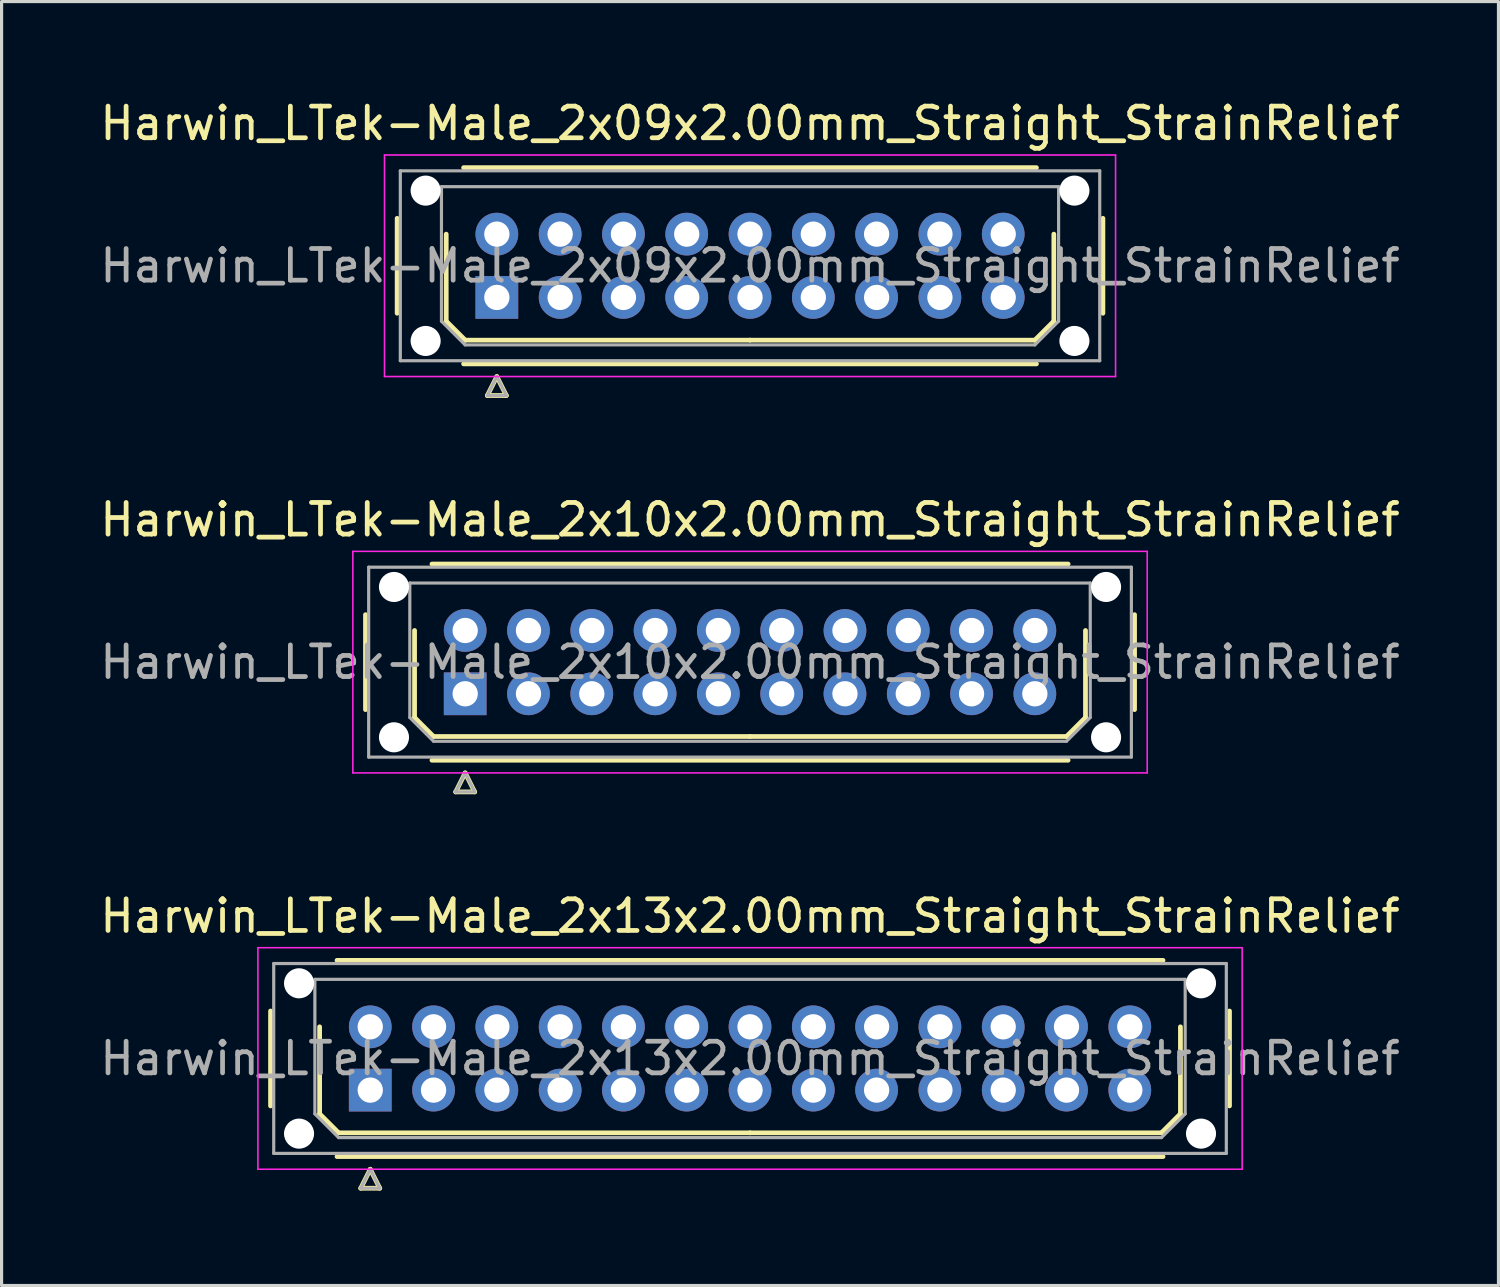
<source format=kicad_pcb>
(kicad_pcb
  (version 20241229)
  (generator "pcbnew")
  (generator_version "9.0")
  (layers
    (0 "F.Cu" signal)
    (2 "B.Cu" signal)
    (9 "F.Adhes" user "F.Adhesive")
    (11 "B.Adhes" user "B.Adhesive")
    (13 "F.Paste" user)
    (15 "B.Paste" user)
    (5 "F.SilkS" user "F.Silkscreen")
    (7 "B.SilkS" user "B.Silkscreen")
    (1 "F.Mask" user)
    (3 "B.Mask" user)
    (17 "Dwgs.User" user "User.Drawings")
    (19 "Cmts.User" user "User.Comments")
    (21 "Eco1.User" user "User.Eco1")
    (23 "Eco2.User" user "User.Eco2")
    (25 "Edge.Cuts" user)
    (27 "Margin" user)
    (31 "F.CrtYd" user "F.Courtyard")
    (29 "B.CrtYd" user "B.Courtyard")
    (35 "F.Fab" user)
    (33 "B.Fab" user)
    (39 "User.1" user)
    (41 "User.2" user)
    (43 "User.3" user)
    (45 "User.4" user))
  (footprint "Harwin_LTek-Male_2x10x2.00mm_Straight_StrainRelief"
    (layer "F.Cu")
    (at 11.649 18.872)
    (property "Reference" "Harwin_LTek-Male_2x10x2.00mm_Straight_StrainRelief" (at 9 -5.5 0) (layer "F.SilkS") (effects (font (size 1 1) (thickness 0.15))))
    (attr through_hole)
    (fp_line (start -3.15 -2.5) (end -3.15 0.5) (stroke (width 0.15) (type solid)) (layer "F.SilkS"))
    (fp_line (start -1.6 -2) (end -1.6 0.75) (stroke (width 0.15) (type solid)) (layer "F.SilkS"))
    (fp_line (start -1.6 0.75) (end -1 1.35) (stroke (width 0.15) (type solid)) (layer "F.SilkS"))
    (fp_line (start -1.05 -4.1) (end 19.05 -4.1) (stroke (width 0.15) (type solid)) (layer "F.SilkS"))
    (fp_line (start -1.05 2.1) (end 19.05 2.1) (stroke (width 0.15) (type solid)) (layer "F.SilkS"))
    (fp_line (start -1 1.35) (end 9 1.35) (stroke (width 0.15) (type solid)) (layer "F.SilkS"))
    (fp_line (start -0.3 3.1) (end 0.3 3.1) (stroke (width 0.15) (type solid)) (layer "F.SilkS"))
    (fp_line (start 0 2.5) (end -0.3 3.1) (stroke (width 0.15) (type solid)) (layer "F.SilkS"))
    (fp_line (start 0.3 3.1) (end 0 2.5) (stroke (width 0.15) (type solid)) (layer "F.SilkS"))
    (fp_line (start 19 1.35) (end 9 1.35) (stroke (width 0.15) (type solid)) (layer "F.SilkS"))
    (fp_line (start 19.6 -2) (end 19.6 0.75) (stroke (width 0.15) (type solid)) (layer "F.SilkS"))
    (fp_line (start 19.6 0.75) (end 19 1.35) (stroke (width 0.15) (type solid)) (layer "F.SilkS"))
    (fp_line (start 21.15 -2.5) (end 21.15 0.5) (stroke (width 0.15) (type solid)) (layer "F.SilkS"))
    (fp_line (start -3.55 -4.5) (end -3.55 2.5) (stroke (width 0.05) (type solid)) (layer "F.CrtYd"))
    (fp_line (start -3.55 2.5) (end 21.55 2.5) (stroke (width 0.05) (type solid)) (layer "F.CrtYd"))
    (fp_line (start 21.55 -4.5) (end -3.55 -4.5) (stroke (width 0.05) (type solid)) (layer "F.CrtYd"))
    (fp_line (start 21.55 2.5) (end 21.55 -4.5) (stroke (width 0.05) (type solid)) (layer "F.CrtYd"))
    (fp_line (start -3.05 -4) (end -3.05 2) (stroke (width 0.1) (type solid)) (layer "F.Fab"))
    (fp_line (start -3.05 2) (end 21.05 2) (stroke (width 0.1) (type solid)) (layer "F.Fab"))
    (fp_line (start -1.75 -3.5) (end 19.75 -3.5) (stroke (width 0.1) (type solid)) (layer "F.Fab"))
    (fp_line (start -1.75 0.75) (end -1.75 -3.5) (stroke (width 0.1) (type solid)) (layer "F.Fab"))
    (fp_line (start -1 1.5) (end -1.75 0.75) (stroke (width 0.1) (type solid)) (layer "F.Fab"))
    (fp_line (start -0.3 3.1) (end 0.3 3.1) (stroke (width 0.1) (type solid)) (layer "F.Fab"))
    (fp_line (start 0 2.5) (end -0.3 3.1) (stroke (width 0.1) (type solid)) (layer "F.Fab"))
    (fp_line (start 0.3 3.1) (end 0 2.5) (stroke (width 0.1) (type solid)) (layer "F.Fab"))
    (fp_line (start 19 1.5) (end -1 1.5) (stroke (width 0.1) (type solid)) (layer "F.Fab"))
    (fp_line (start 19.75 -3.5) (end 19.75 0.75) (stroke (width 0.1) (type solid)) (layer "F.Fab"))
    (fp_line (start 19.75 0.75) (end 19 1.5) (stroke (width 0.1) (type solid)) (layer "F.Fab"))
    (fp_line (start 21.05 -4) (end -3.05 -4) (stroke (width 0.1) (type solid)) (layer "F.Fab"))
    (fp_line (start 21.05 2) (end 21.05 -4) (stroke (width 0.1) (type solid)) (layer "F.Fab"))
    (fp_text user "${REFERENCE}" (at 9 -1 0) (layer "F.Fab") (effects (font (size 1 1) (thickness 0.15))))
    (pad "" np_thru_hole circle (at -2.25 -3.375) (size 0.95 0.95) (drill 0.95) (layers "*.Cu" "*.Mask"))
    (pad "" np_thru_hole circle (at -2.25 1.375) (size 0.95 0.95) (drill 0.95) (layers "*.Cu" "*.Mask"))
    (pad "" np_thru_hole circle (at 20.25 -3.375) (size 0.95 0.95) (drill 0.95) (layers "*.Cu" "*.Mask"))
    (pad "" np_thru_hole circle (at 20.25 1.375) (size 0.95 0.95) (drill 0.95) (layers "*.Cu" "*.Mask"))
    (pad "1" thru_hole rect (at 0 0) (size 1.35 1.35) (drill 0.8) (layers "*.Cu" "*.Mask"))
    (pad "2" thru_hole circle (at 2 0) (size 1.35 1.35) (drill 0.8) (layers "*.Cu" "*.Mask"))
    (pad "3" thru_hole circle (at 4 0) (size 1.35 1.35) (drill 0.8) (layers "*.Cu" "*.Mask"))
    (pad "4" thru_hole circle (at 6 0) (size 1.35 1.35) (drill 0.8) (layers "*.Cu" "*.Mask"))
    (pad "5" thru_hole circle (at 8 0) (size 1.35 1.35) (drill 0.8) (layers "*.Cu" "*.Mask"))
    (pad "6" thru_hole circle (at 10 0) (size 1.35 1.35) (drill 0.8) (layers "*.Cu" "*.Mask"))
    (pad "7" thru_hole circle (at 12 0) (size 1.35 1.35) (drill 0.8) (layers "*.Cu" "*.Mask"))
    (pad "8" thru_hole circle (at 14 0) (size 1.35 1.35) (drill 0.8) (layers "*.Cu" "*.Mask"))
    (pad "9" thru_hole circle (at 16 0) (size 1.35 1.35) (drill 0.8) (layers "*.Cu" "*.Mask"))
    (pad "10" thru_hole circle (at 18 0) (size 1.35 1.35) (drill 0.8) (layers "*.Cu" "*.Mask"))
    (pad "11" thru_hole circle (at 0 -2) (size 1.35 1.35) (drill 0.8) (layers "*.Cu" "*.Mask"))
    (pad "12" thru_hole circle (at 2 -2) (size 1.35 1.35) (drill 0.8) (layers "*.Cu" "*.Mask"))
    (pad "13" thru_hole circle (at 4 -2) (size 1.35 1.35) (drill 0.8) (layers "*.Cu" "*.Mask"))
    (pad "14" thru_hole circle (at 6 -2) (size 1.35 1.35) (drill 0.8) (layers "*.Cu" "*.Mask"))
    (pad "15" thru_hole circle (at 8 -2) (size 1.35 1.35) (drill 0.8) (layers "*.Cu" "*.Mask"))
    (pad "16" thru_hole circle (at 10 -2) (size 1.35 1.35) (drill 0.8) (layers "*.Cu" "*.Mask"))
    (pad "17" thru_hole circle (at 12 -2) (size 1.35 1.35) (drill 0.8) (layers "*.Cu" "*.Mask"))
    (pad "18" thru_hole circle (at 14 -2) (size 1.35 1.35) (drill 0.8) (layers "*.Cu" "*.Mask"))
    (pad "19" thru_hole circle (at 16 -2) (size 1.35 1.35) (drill 0.8) (layers "*.Cu" "*.Mask"))
    (pad "20" thru_hole circle (at 18 -2) (size 1.35 1.35) (drill 0.8) (layers "*.Cu" "*.Mask")))
  (footprint "Harwin_LTek-Male_2x09x2.00mm_Straight_StrainRelief"
    (layer "F.Cu")
    (at 12.649 6.348)
    (property "Reference" "Harwin_LTek-Male_2x09x2.00mm_Straight_StrainRelief" (at 8 -5.5 0) (layer "F.SilkS") (effects (font (size 1 1) (thickness 0.15))))
    (attr through_hole)
    (fp_line (start -3.15 -2.5) (end -3.15 0.5) (stroke (width 0.15) (type solid)) (layer "F.SilkS"))
    (fp_line (start -1.6 -2) (end -1.6 0.75) (stroke (width 0.15) (type solid)) (layer "F.SilkS"))
    (fp_line (start -1.6 0.75) (end -1 1.35) (stroke (width 0.15) (type solid)) (layer "F.SilkS"))
    (fp_line (start -1.05 -4.1) (end 17.05 -4.1) (stroke (width 0.15) (type solid)) (layer "F.SilkS"))
    (fp_line (start -1.05 2.1) (end 17.05 2.1) (stroke (width 0.15) (type solid)) (layer "F.SilkS"))
    (fp_line (start -1 1.35) (end 8 1.35) (stroke (width 0.15) (type solid)) (layer "F.SilkS"))
    (fp_line (start -0.3 3.1) (end 0.3 3.1) (stroke (width 0.15) (type solid)) (layer "F.SilkS"))
    (fp_line (start 0 2.5) (end -0.3 3.1) (stroke (width 0.15) (type solid)) (layer "F.SilkS"))
    (fp_line (start 0.3 3.1) (end 0 2.5) (stroke (width 0.15) (type solid)) (layer "F.SilkS"))
    (fp_line (start 17 1.35) (end 8 1.35) (stroke (width 0.15) (type solid)) (layer "F.SilkS"))
    (fp_line (start 17.6 -2) (end 17.6 0.75) (stroke (width 0.15) (type solid)) (layer "F.SilkS"))
    (fp_line (start 17.6 0.75) (end 17 1.35) (stroke (width 0.15) (type solid)) (layer "F.SilkS"))
    (fp_line (start 19.15 -2.5) (end 19.15 0.5) (stroke (width 0.15) (type solid)) (layer "F.SilkS"))
    (fp_line (start -3.55 -4.5) (end -3.55 2.5) (stroke (width 0.05) (type solid)) (layer "F.CrtYd"))
    (fp_line (start -3.55 2.5) (end 19.55 2.5) (stroke (width 0.05) (type solid)) (layer "F.CrtYd"))
    (fp_line (start 19.55 -4.5) (end -3.55 -4.5) (stroke (width 0.05) (type solid)) (layer "F.CrtYd"))
    (fp_line (start 19.55 2.5) (end 19.55 -4.5) (stroke (width 0.05) (type solid)) (layer "F.CrtYd"))
    (fp_line (start -3.05 -4) (end -3.05 2) (stroke (width 0.1) (type solid)) (layer "F.Fab"))
    (fp_line (start -3.05 2) (end 19.05 2) (stroke (width 0.1) (type solid)) (layer "F.Fab"))
    (fp_line (start -1.75 -3.5) (end 17.75 -3.5) (stroke (width 0.1) (type solid)) (layer "F.Fab"))
    (fp_line (start -1.75 0.75) (end -1.75 -3.5) (stroke (width 0.1) (type solid)) (layer "F.Fab"))
    (fp_line (start -1 1.5) (end -1.75 0.75) (stroke (width 0.1) (type solid)) (layer "F.Fab"))
    (fp_line (start -0.3 3.1) (end 0.3 3.1) (stroke (width 0.1) (type solid)) (layer "F.Fab"))
    (fp_line (start 0 2.5) (end -0.3 3.1) (stroke (width 0.1) (type solid)) (layer "F.Fab"))
    (fp_line (start 0.3 3.1) (end 0 2.5) (stroke (width 0.1) (type solid)) (layer "F.Fab"))
    (fp_line (start 17 1.5) (end -1 1.5) (stroke (width 0.1) (type solid)) (layer "F.Fab"))
    (fp_line (start 17.75 -3.5) (end 17.75 0.75) (stroke (width 0.1) (type solid)) (layer "F.Fab"))
    (fp_line (start 17.75 0.75) (end 17 1.5) (stroke (width 0.1) (type solid)) (layer "F.Fab"))
    (fp_line (start 19.05 -4) (end -3.05 -4) (stroke (width 0.1) (type solid)) (layer "F.Fab"))
    (fp_line (start 19.05 2) (end 19.05 -4) (stroke (width 0.1) (type solid)) (layer "F.Fab"))
    (fp_text user "${REFERENCE}" (at 8 -1 0) (layer "F.Fab") (effects (font (size 1 1) (thickness 0.15))))
    (pad "" np_thru_hole circle (at -2.25 -3.375) (size 0.95 0.95) (drill 0.95) (layers "*.Cu" "*.Mask"))
    (pad "" np_thru_hole circle (at -2.25 1.375) (size 0.95 0.95) (drill 0.95) (layers "*.Cu" "*.Mask"))
    (pad "" np_thru_hole circle (at 18.25 -3.375) (size 0.95 0.95) (drill 0.95) (layers "*.Cu" "*.Mask"))
    (pad "" np_thru_hole circle (at 18.25 1.375) (size 0.95 0.95) (drill 0.95) (layers "*.Cu" "*.Mask"))
    (pad "1" thru_hole rect (at 0 0) (size 1.35 1.35) (drill 0.8) (layers "*.Cu" "*.Mask"))
    (pad "2" thru_hole circle (at 2 0) (size 1.35 1.35) (drill 0.8) (layers "*.Cu" "*.Mask"))
    (pad "3" thru_hole circle (at 4 0) (size 1.35 1.35) (drill 0.8) (layers "*.Cu" "*.Mask"))
    (pad "4" thru_hole circle (at 6 0) (size 1.35 1.35) (drill 0.8) (layers "*.Cu" "*.Mask"))
    (pad "5" thru_hole circle (at 8 0) (size 1.35 1.35) (drill 0.8) (layers "*.Cu" "*.Mask"))
    (pad "6" thru_hole circle (at 10 0) (size 1.35 1.35) (drill 0.8) (layers "*.Cu" "*.Mask"))
    (pad "7" thru_hole circle (at 12 0) (size 1.35 1.35) (drill 0.8) (layers "*.Cu" "*.Mask"))
    (pad "8" thru_hole circle (at 14 0) (size 1.35 1.35) (drill 0.8) (layers "*.Cu" "*.Mask"))
    (pad "9" thru_hole circle (at 16 0) (size 1.35 1.35) (drill 0.8) (layers "*.Cu" "*.Mask"))
    (pad "10" thru_hole circle (at 0 -2) (size 1.35 1.35) (drill 0.8) (layers "*.Cu" "*.Mask"))
    (pad "11" thru_hole circle (at 2 -2) (size 1.35 1.35) (drill 0.8) (layers "*.Cu" "*.Mask"))
    (pad "12" thru_hole circle (at 4 -2) (size 1.35 1.35) (drill 0.8) (layers "*.Cu" "*.Mask"))
    (pad "13" thru_hole circle (at 6 -2) (size 1.35 1.35) (drill 0.8) (layers "*.Cu" "*.Mask"))
    (pad "14" thru_hole circle (at 8 -2) (size 1.35 1.35) (drill 0.8) (layers "*.Cu" "*.Mask"))
    (pad "15" thru_hole circle (at 10 -2) (size 1.35 1.35) (drill 0.8) (layers "*.Cu" "*.Mask"))
    (pad "16" thru_hole circle (at 12 -2) (size 1.35 1.35) (drill 0.8) (layers "*.Cu" "*.Mask"))
    (pad "17" thru_hole circle (at 14 -2) (size 1.35 1.35) (drill 0.8) (layers "*.Cu" "*.Mask"))
    (pad "18" thru_hole circle (at 16 -2) (size 1.35 1.35) (drill 0.8) (layers "*.Cu" "*.Mask")))
  (footprint "Harwin_LTek-Male_2x13x2.00mm_Straight_StrainRelief"
    (layer "F.Cu")
    (at 8.649 31.395)
    (property "Reference" "Harwin_LTek-Male_2x13x2.00mm_Straight_StrainRelief" (at 12 -5.5 0) (layer "F.SilkS") (effects (font (size 1 1) (thickness 0.15))))
    (attr through_hole)
    (fp_line (start -3.15 -2.5) (end -3.15 0.5) (stroke (width 0.15) (type solid)) (layer "F.SilkS"))
    (fp_line (start -1.6 -2) (end -1.6 0.75) (stroke (width 0.15) (type solid)) (layer "F.SilkS"))
    (fp_line (start -1.6 0.75) (end -1 1.35) (stroke (width 0.15) (type solid)) (layer "F.SilkS"))
    (fp_line (start -1.05 -4.1) (end 25.05 -4.1) (stroke (width 0.15) (type solid)) (layer "F.SilkS"))
    (fp_line (start -1.05 2.1) (end 25.05 2.1) (stroke (width 0.15) (type solid)) (layer "F.SilkS"))
    (fp_line (start -1 1.35) (end 12 1.35) (stroke (width 0.15) (type solid)) (layer "F.SilkS"))
    (fp_line (start -0.3 3.1) (end 0.3 3.1) (stroke (width 0.15) (type solid)) (layer "F.SilkS"))
    (fp_line (start 0 2.5) (end -0.3 3.1) (stroke (width 0.15) (type solid)) (layer "F.SilkS"))
    (fp_line (start 0.3 3.1) (end 0 2.5) (stroke (width 0.15) (type solid)) (layer "F.SilkS"))
    (fp_line (start 25 1.35) (end 12 1.35) (stroke (width 0.15) (type solid)) (layer "F.SilkS"))
    (fp_line (start 25.6 -2) (end 25.6 0.75) (stroke (width 0.15) (type solid)) (layer "F.SilkS"))
    (fp_line (start 25.6 0.75) (end 25 1.35) (stroke (width 0.15) (type solid)) (layer "F.SilkS"))
    (fp_line (start 27.15 -2.5) (end 27.15 0.5) (stroke (width 0.15) (type solid)) (layer "F.SilkS"))
    (fp_line (start -3.55 -4.5) (end -3.55 2.5) (stroke (width 0.05) (type solid)) (layer "F.CrtYd"))
    (fp_line (start -3.55 2.5) (end 27.55 2.5) (stroke (width 0.05) (type solid)) (layer "F.CrtYd"))
    (fp_line (start 27.55 -4.5) (end -3.55 -4.5) (stroke (width 0.05) (type solid)) (layer "F.CrtYd"))
    (fp_line (start 27.55 2.5) (end 27.55 -4.5) (stroke (width 0.05) (type solid)) (layer "F.CrtYd"))
    (fp_line (start -3.05 -4) (end -3.05 2) (stroke (width 0.1) (type solid)) (layer "F.Fab"))
    (fp_line (start -3.05 2) (end 27.05 2) (stroke (width 0.1) (type solid)) (layer "F.Fab"))
    (fp_line (start -1.75 -3.5) (end 25.75 -3.5) (stroke (width 0.1) (type solid)) (layer "F.Fab"))
    (fp_line (start -1.75 0.75) (end -1.75 -3.5) (stroke (width 0.1) (type solid)) (layer "F.Fab"))
    (fp_line (start -1 1.5) (end -1.75 0.75) (stroke (width 0.1) (type solid)) (layer "F.Fab"))
    (fp_line (start -0.3 3.1) (end 0.3 3.1) (stroke (width 0.1) (type solid)) (layer "F.Fab"))
    (fp_line (start 0 2.5) (end -0.3 3.1) (stroke (width 0.1) (type solid)) (layer "F.Fab"))
    (fp_line (start 0.3 3.1) (end 0 2.5) (stroke (width 0.1) (type solid)) (layer "F.Fab"))
    (fp_line (start 25 1.5) (end -1 1.5) (stroke (width 0.1) (type solid)) (layer "F.Fab"))
    (fp_line (start 25.75 -3.5) (end 25.75 0.75) (stroke (width 0.1) (type solid)) (layer "F.Fab"))
    (fp_line (start 25.75 0.75) (end 25 1.5) (stroke (width 0.1) (type solid)) (layer "F.Fab"))
    (fp_line (start 27.05 -4) (end -3.05 -4) (stroke (width 0.1) (type solid)) (layer "F.Fab"))
    (fp_line (start 27.05 2) (end 27.05 -4) (stroke (width 0.1) (type solid)) (layer "F.Fab"))
    (fp_text user "${REFERENCE}" (at 12 -1 0) (layer "F.Fab") (effects (font (size 1 1) (thickness 0.15))))
    (pad "" np_thru_hole circle (at -2.25 -3.375) (size 0.95 0.95) (drill 0.95) (layers "*.Cu" "*.Mask"))
    (pad "" np_thru_hole circle (at -2.25 1.375) (size 0.95 0.95) (drill 0.95) (layers "*.Cu" "*.Mask"))
    (pad "" np_thru_hole circle (at 26.25 -3.375) (size 0.95 0.95) (drill 0.95) (layers "*.Cu" "*.Mask"))
    (pad "" np_thru_hole circle (at 26.25 1.375) (size 0.95 0.95) (drill 0.95) (layers "*.Cu" "*.Mask"))
    (pad "1" thru_hole rect (at 0 0) (size 1.35 1.35) (drill 0.8) (layers "*.Cu" "*.Mask"))
    (pad "2" thru_hole circle (at 2 0) (size 1.35 1.35) (drill 0.8) (layers "*.Cu" "*.Mask"))
    (pad "3" thru_hole circle (at 4 0) (size 1.35 1.35) (drill 0.8) (layers "*.Cu" "*.Mask"))
    (pad "4" thru_hole circle (at 6 0) (size 1.35 1.35) (drill 0.8) (layers "*.Cu" "*.Mask"))
    (pad "5" thru_hole circle (at 8 0) (size 1.35 1.35) (drill 0.8) (layers "*.Cu" "*.Mask"))
    (pad "6" thru_hole circle (at 10 0) (size 1.35 1.35) (drill 0.8) (layers "*.Cu" "*.Mask"))
    (pad "7" thru_hole circle (at 12 0) (size 1.35 1.35) (drill 0.8) (layers "*.Cu" "*.Mask"))
    (pad "8" thru_hole circle (at 14 0) (size 1.35 1.35) (drill 0.8) (layers "*.Cu" "*.Mask"))
    (pad "9" thru_hole circle (at 16 0) (size 1.35 1.35) (drill 0.8) (layers "*.Cu" "*.Mask"))
    (pad "10" thru_hole circle (at 18 0) (size 1.35 1.35) (drill 0.8) (layers "*.Cu" "*.Mask"))
    (pad "11" thru_hole circle (at 20 0) (size 1.35 1.35) (drill 0.8) (layers "*.Cu" "*.Mask"))
    (pad "12" thru_hole circle (at 22 0) (size 1.35 1.35) (drill 0.8) (layers "*.Cu" "*.Mask"))
    (pad "13" thru_hole circle (at 24 0) (size 1.35 1.35) (drill 0.8) (layers "*.Cu" "*.Mask"))
    (pad "14" thru_hole circle (at 0 -2) (size 1.35 1.35) (drill 0.8) (layers "*.Cu" "*.Mask"))
    (pad "15" thru_hole circle (at 2 -2) (size 1.35 1.35) (drill 0.8) (layers "*.Cu" "*.Mask"))
    (pad "16" thru_hole circle (at 4 -2) (size 1.35 1.35) (drill 0.8) (layers "*.Cu" "*.Mask"))
    (pad "17" thru_hole circle (at 6 -2) (size 1.35 1.35) (drill 0.8) (layers "*.Cu" "*.Mask"))
    (pad "18" thru_hole circle (at 8 -2) (size 1.35 1.35) (drill 0.8) (layers "*.Cu" "*.Mask"))
    (pad "19" thru_hole circle (at 10 -2) (size 1.35 1.35) (drill 0.8) (layers "*.Cu" "*.Mask"))
    (pad "20" thru_hole circle (at 12 -2) (size 1.35 1.35) (drill 0.8) (layers "*.Cu" "*.Mask"))
    (pad "21" thru_hole circle (at 14 -2) (size 1.35 1.35) (drill 0.8) (layers "*.Cu" "*.Mask"))
    (pad "22" thru_hole circle (at 16 -2) (size 1.35 1.35) (drill 0.8) (layers "*.Cu" "*.Mask"))
    (pad "23" thru_hole circle (at 18 -2) (size 1.35 1.35) (drill 0.8) (layers "*.Cu" "*.Mask"))
    (pad "24" thru_hole circle (at 20 -2) (size 1.35 1.35) (drill 0.8) (layers "*.Cu" "*.Mask"))
    (pad "25" thru_hole circle (at 22 -2) (size 1.35 1.35) (drill 0.8) (layers "*.Cu" "*.Mask"))
    (pad "26" thru_hole circle (at 24 -2) (size 1.35 1.35) (drill 0.8) (layers "*.Cu" "*.Mask")))
  (gr_rect
    (start -3 -3)
    (end 44.298 37.57)
    (stroke (width 0.1) (type default))
    (fill no)
    (layer "Edge.Cuts")))
</source>
